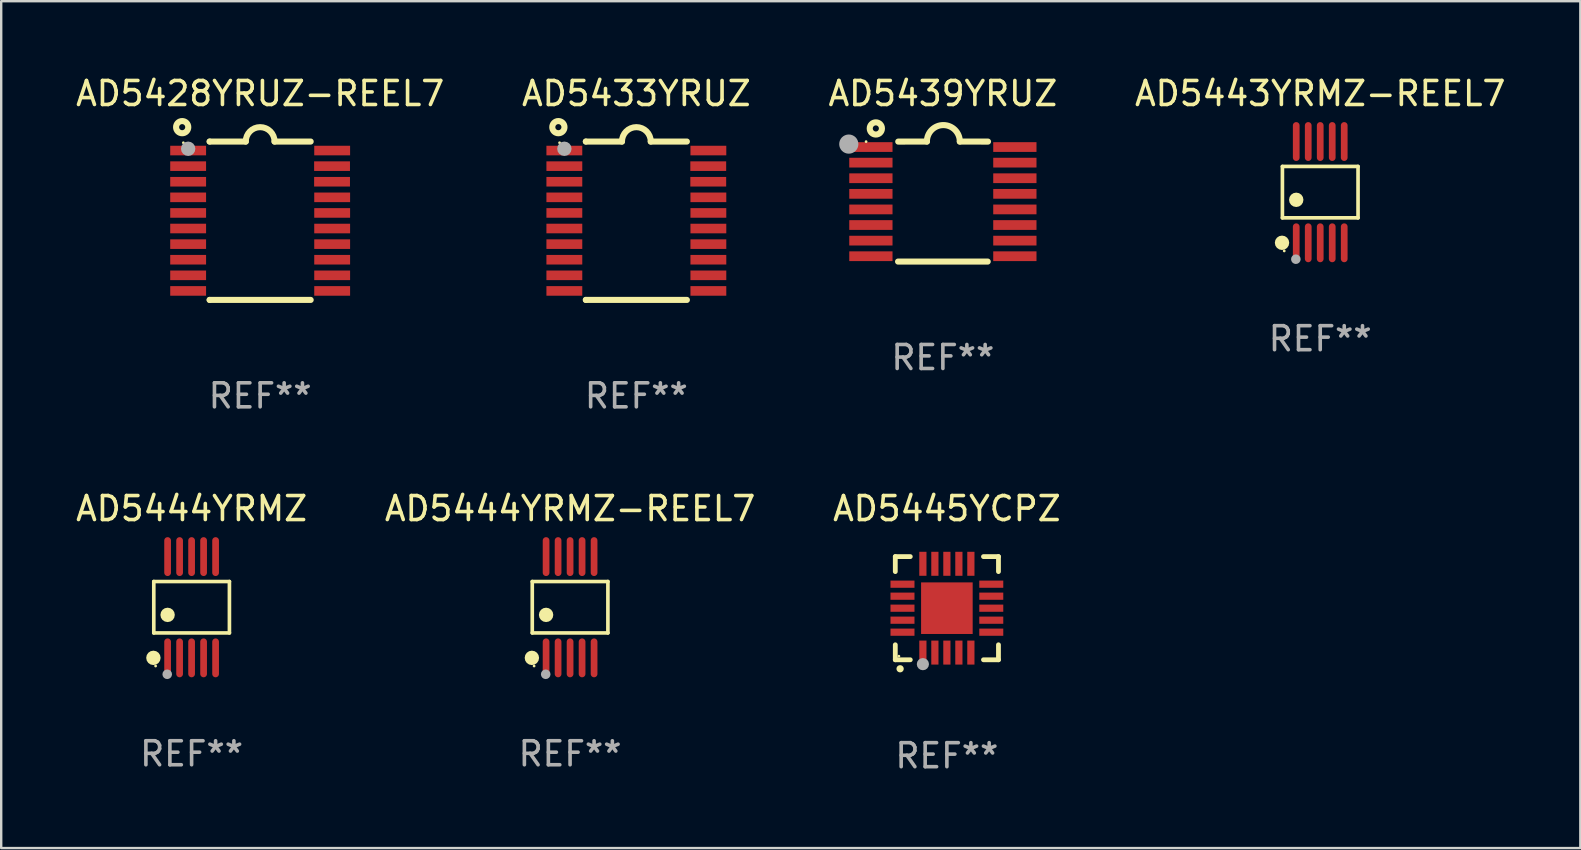
<source format=kicad_pcb>
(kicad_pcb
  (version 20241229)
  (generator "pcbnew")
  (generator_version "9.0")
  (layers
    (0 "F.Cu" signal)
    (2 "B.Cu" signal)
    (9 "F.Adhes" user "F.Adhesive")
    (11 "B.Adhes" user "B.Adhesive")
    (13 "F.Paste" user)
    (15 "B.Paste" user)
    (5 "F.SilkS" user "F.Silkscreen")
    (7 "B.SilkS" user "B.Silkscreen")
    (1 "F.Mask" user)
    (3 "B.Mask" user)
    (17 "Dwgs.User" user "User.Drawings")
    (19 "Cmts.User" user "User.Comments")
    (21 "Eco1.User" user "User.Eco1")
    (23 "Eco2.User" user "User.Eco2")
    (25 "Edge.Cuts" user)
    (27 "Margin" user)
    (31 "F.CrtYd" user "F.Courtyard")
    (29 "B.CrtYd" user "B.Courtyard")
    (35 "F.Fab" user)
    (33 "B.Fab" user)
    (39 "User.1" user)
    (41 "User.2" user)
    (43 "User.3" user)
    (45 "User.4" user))
  (footprint "AD5445YCPZ"
    (layer "F.Cu")
    (at 36.411 22.296)
    (property "Reference" "AD5445YCPZ" (at 0 -4.15 0) (layer "F.SilkS") (effects (font (size 1 1) (thickness 0.15))))
    (attr through_hole)
    (fp_line (start -2.15 -2.15) (end -2.15 -1.525) (stroke (width 0.2) (type solid)) (layer "F.SilkS"))
    (fp_line (start -2.15 2.15) (end -2.15 1.525) (stroke (width 0.2) (type solid)) (layer "F.SilkS"))
    (fp_line (start -1.525 -2.15) (end -2.15 -2.15) (stroke (width 0.2) (type solid)) (layer "F.SilkS"))
    (fp_line (start -1.525 2.15) (end -2.15 2.15) (stroke (width 0.2) (type solid)) (layer "F.SilkS"))
    (fp_line (start 1.525 2.15) (end 2.15 2.15) (stroke (width 0.2) (type solid)) (layer "F.SilkS"))
    (fp_line (start 2.15 -2.15) (end 1.525 -2.15) (stroke (width 0.2) (type solid)) (layer "F.SilkS"))
    (fp_line (start 2.15 -1.525) (end 2.15 -2.15) (stroke (width 0.2) (type solid)) (layer "F.SilkS"))
    (fp_line (start 2.15 2.15) (end 2.15 1.525) (stroke (width 0.2) (type solid)) (layer "F.SilkS"))
    (fp_arc (start -1.950724 2.524765) (mid -1.949454 2.52476) (end -1.948184 2.524765) (stroke (width 0.3) (type solid)) (layer "F.SilkS"))
    (fp_circle (center -2 2) (end -1.97 2) (stroke (width 0.06) (type solid)) (fill no) (layer "F.SilkS"))
    (fp_circle (center -1 2.332) (end -0.873 2.332) (stroke (width 0.254) (type solid)) (fill no) (layer "F.Fab"))
    (fp_text user "REF**" (at 0 6.15 0) (layer "F.Fab") (effects (font (size 1 1) (thickness 0.15))))
    (pad "1" smd rect (at -1 1.85 180) (size 0.3 1) (layers "F.Cu" "F.Mask" "F.Paste"))
    (pad "2" smd rect (at -0.5 1.85 180) (size 0.3 1) (layers "F.Cu" "F.Mask" "F.Paste"))
    (pad "3" smd rect (at 0 1.85 180) (size 0.3 1) (layers "F.Cu" "F.Mask" "F.Paste"))
    (pad "4" smd rect (at 0.5 1.85 180) (size 0.3 1) (layers "F.Cu" "F.Mask" "F.Paste"))
    (pad "5" smd rect (at 1 1.85 180) (size 0.3 1) (layers "F.Cu" "F.Mask" "F.Paste"))
    (pad "6" smd rect (at 1.85 1 90) (size 0.3 1) (layers "F.Cu" "F.Mask" "F.Paste"))
    (pad "7" smd rect (at 1.85 0.5 90) (size 0.3 1) (layers "F.Cu" "F.Mask" "F.Paste"))
    (pad "8" smd rect (at 1.85 0 90) (size 0.3 1) (layers "F.Cu" "F.Mask" "F.Paste"))
    (pad "9" smd rect (at 1.85 -0.5 90) (size 0.3 1) (layers "F.Cu" "F.Mask" "F.Paste"))
    (pad "10" smd rect (at 1.85 -1 90) (size 0.3 1) (layers "F.Cu" "F.Mask" "F.Paste"))
    (pad "11" smd rect (at 1 -1.85 180) (size 0.3 1) (layers "F.Cu" "F.Mask" "F.Paste"))
    (pad "12" smd rect (at 0.5 -1.85 180) (size 0.3 1) (layers "F.Cu" "F.Mask" "F.Paste"))
    (pad "13" smd rect (at 0 -1.85 180) (size 0.3 1) (layers "F.Cu" "F.Mask" "F.Paste"))
    (pad "14" smd rect (at -0.5 -1.85 180) (size 0.3 1) (layers "F.Cu" "F.Mask" "F.Paste"))
    (pad "15" smd rect (at -1 -1.85 180) (size 0.3 1) (layers "F.Cu" "F.Mask" "F.Paste"))
    (pad "16" smd rect (at -1.85 -1 90) (size 0.3 1) (layers "F.Cu" "F.Mask" "F.Paste"))
    (pad "17" smd rect (at -1.85 -0.5 90) (size 0.3 1) (layers "F.Cu" "F.Mask" "F.Paste"))
    (pad "18" smd rect (at -1.85 0 90) (size 0.3 1) (layers "F.Cu" "F.Mask" "F.Paste"))
    (pad "19" smd rect (at -1.85 0.5 90) (size 0.3 1) (layers "F.Cu" "F.Mask" "F.Paste"))
    (pad "20" smd rect (at -1.85 1 90) (size 0.3 1) (layers "F.Cu" "F.Mask" "F.Paste"))
    (pad "21" smd rect (at 0 0 90) (size 2.15 2.15) (layers "F.Cu" "F.Mask" "F.Paste")))
  (footprint "AD5444YRMZ"
    (layer "F.Cu")
    (at 4.935 22.256)
    (property "Reference" "AD5444YRMZ" (at 0 -4.11 0) (layer "F.SilkS") (effects (font (size 1 1) (thickness 0.15))))
    (attr through_hole)
    (fp_line (start -1.576 -1.071) (end 1.576 -1.071) (stroke (width 0.152) (type solid)) (layer "F.SilkS"))
    (fp_line (start -1.576 1.071) (end -1.576 -1.071) (stroke (width 0.152) (type solid)) (layer "F.SilkS"))
    (fp_line (start 1.576 -1.071) (end 1.576 1.071) (stroke (width 0.152) (type solid)) (layer "F.SilkS"))
    (fp_line (start 1.576 1.071) (end -1.576 1.071) (stroke (width 0.152) (type solid)) (layer "F.SilkS"))
    (fp_circle (center -1.592 2.11) (end -1.442 2.11) (stroke (width 0.3) (type solid)) (fill no) (layer "F.SilkS"))
    (fp_circle (center -1.5 2.45) (end -1.47 2.45) (stroke (width 0.06) (type solid)) (fill no) (layer "F.SilkS"))
    (fp_circle (center -1 0.319) (end -0.85 0.319) (stroke (width 0.3) (type solid)) (fill no) (layer "F.SilkS"))
    (fp_circle (center -1.016 2.794) (end -0.916 2.794) (stroke (width 0.2) (type solid)) (fill no) (layer "F.Fab"))
    (fp_text user "REF**" (at 0 6.11 0) (layer "F.Fab") (effects (font (size 1 1) (thickness 0.15))))
    (pad "1" smd oval (at -1 2.11) (size 0.28 1.62) (layers "F.Cu" "F.Mask" "F.Paste"))
    (pad "2" smd oval (at -0.5 2.11) (size 0.28 1.62) (layers "F.Cu" "F.Mask" "F.Paste"))
    (pad "3" smd oval (at 0 2.11) (size 0.28 1.62) (layers "F.Cu" "F.Mask" "F.Paste"))
    (pad "4" smd oval (at 0.5 2.11) (size 0.28 1.62) (layers "F.Cu" "F.Mask" "F.Paste"))
    (pad "5" smd oval (at 1 2.11) (size 0.28 1.62) (layers "F.Cu" "F.Mask" "F.Paste"))
    (pad "6" smd oval (at 1 -2.11) (size 0.28 1.62) (layers "F.Cu" "F.Mask" "F.Paste"))
    (pad "7" smd oval (at 0.5 -2.11) (size 0.28 1.62) (layers "F.Cu" "F.Mask" "F.Paste"))
    (pad "8" smd oval (at 0 -2.11) (size 0.28 1.62) (layers "F.Cu" "F.Mask" "F.Paste"))
    (pad "9" smd oval (at -0.5 -2.11) (size 0.28 1.62) (layers "F.Cu" "F.Mask" "F.Paste"))
    (pad "10" smd oval (at -1 -2.11) (size 0.28 1.62) (layers "F.Cu" "F.Mask" "F.Paste")))
  (footprint "AD5443YRMZ-REEL7"
    (layer "F.Cu")
    (at 51.97 4.958)
    (property "Reference" "AD5443YRMZ-REEL7" (at 0 -4.11 0) (layer "F.SilkS") (effects (font (size 1 1) (thickness 0.15))))
    (attr through_hole)
    (fp_line (start -1.576 -1.071) (end 1.576 -1.071) (stroke (width 0.152) (type solid)) (layer "F.SilkS"))
    (fp_line (start -1.576 1.071) (end -1.576 -1.071) (stroke (width 0.152) (type solid)) (layer "F.SilkS"))
    (fp_line (start 1.576 -1.071) (end 1.576 1.071) (stroke (width 0.152) (type solid)) (layer "F.SilkS"))
    (fp_line (start 1.576 1.071) (end -1.576 1.071) (stroke (width 0.152) (type solid)) (layer "F.SilkS"))
    (fp_circle (center -1.592 2.11) (end -1.442 2.11) (stroke (width 0.3) (type solid)) (fill no) (layer "F.SilkS"))
    (fp_circle (center -1.5 2.45) (end -1.47 2.45) (stroke (width 0.06) (type solid)) (fill no) (layer "F.SilkS"))
    (fp_circle (center -1 0.319) (end -0.85 0.319) (stroke (width 0.3) (type solid)) (fill no) (layer "F.SilkS"))
    (fp_circle (center -1.016 2.794) (end -0.916 2.794) (stroke (width 0.2) (type solid)) (fill no) (layer "F.Fab"))
    (fp_text user "REF**" (at 0 6.11 0) (layer "F.Fab") (effects (font (size 1 1) (thickness 0.15))))
    (pad "1" smd oval (at -1 2.11) (size 0.28 1.62) (layers "F.Cu" "F.Mask" "F.Paste"))
    (pad "2" smd oval (at -0.5 2.11) (size 0.28 1.62) (layers "F.Cu" "F.Mask" "F.Paste"))
    (pad "3" smd oval (at 0 2.11) (size 0.28 1.62) (layers "F.Cu" "F.Mask" "F.Paste"))
    (pad "4" smd oval (at 0.5 2.11) (size 0.28 1.62) (layers "F.Cu" "F.Mask" "F.Paste"))
    (pad "5" smd oval (at 1 2.11) (size 0.28 1.62) (layers "F.Cu" "F.Mask" "F.Paste"))
    (pad "6" smd oval (at 1 -2.11) (size 0.28 1.62) (layers "F.Cu" "F.Mask" "F.Paste"))
    (pad "7" smd oval (at 0.5 -2.11) (size 0.28 1.62) (layers "F.Cu" "F.Mask" "F.Paste"))
    (pad "8" smd oval (at 0 -2.11) (size 0.28 1.62) (layers "F.Cu" "F.Mask" "F.Paste"))
    (pad "9" smd oval (at -0.5 -2.11) (size 0.28 1.62) (layers "F.Cu" "F.Mask" "F.Paste"))
    (pad "10" smd oval (at -1 -2.11) (size 0.28 1.62) (layers "F.Cu" "F.Mask" "F.Paste")))
  (footprint "AD5439YRUZ"
    (layer "F.Cu")
    (at 36.244 5.35)
    (property "Reference" "AD5439YRUZ" (at 0 -4.501 0) (layer "F.SilkS") (effects (font (size 1 1) (thickness 0.15))))
    (attr through_hole)
    (fp_line (start -1.868 2.501) (end 1.868 2.501) (stroke (width 0.254) (type solid)) (layer "F.SilkS"))
    (fp_line (start -1.86 -2.499) (end -0.666 -2.501) (stroke (width 0.254) (type solid)) (layer "F.SilkS"))
    (fp_line (start 0.706 -2.501) (end 1.88 -2.499) (stroke (width 0.254) (type solid)) (layer "F.SilkS"))
    (fp_arc (start -0.665914 -2.501448) (mid 0.019888 -3.18725) (end 0.70569 -2.501448) (stroke (width 0.254001) (type solid)) (layer "F.SilkS"))
    (fp_circle (center -3.2 -2.497) (end -3.17 -2.497) (stroke (width 0.06) (type solid)) (fill no) (layer "F.SilkS"))
    (fp_circle (center -2.794 -3.047) (end -2.54 -3.047) (stroke (width 0.254) (type solid)) (fill no) (layer "F.SilkS"))
    (fp_circle (center -3.921 -2.395) (end -3.721 -2.395) (stroke (width 0.4) (type solid)) (fill no) (layer "F.Fab"))
    (fp_text user "REF**" (at 0 6.501 0) (layer "F.Fab") (effects (font (size 1 1) (thickness 0.15))))
    (pad "1" smd rect (at -3 -2.272) (size 1.803 0.406) (layers "F.Cu" "F.Mask" "F.Paste"))
    (pad "2" smd rect (at -3 -1.622) (size 1.803 0.406) (layers "F.Cu" "F.Mask" "F.Paste"))
    (pad "3" smd rect (at -3 -0.972) (size 1.803 0.406) (layers "F.Cu" "F.Mask" "F.Paste"))
    (pad "4" smd rect (at -3 -0.322) (size 1.803 0.406) (layers "F.Cu" "F.Mask" "F.Paste"))
    (pad "5" smd rect (at -3 0.328) (size 1.803 0.406) (layers "F.Cu" "F.Mask" "F.Paste"))
    (pad "6" smd rect (at -3 0.978) (size 1.803 0.406) (layers "F.Cu" "F.Mask" "F.Paste"))
    (pad "7" smd rect (at -3 1.628) (size 1.803 0.406) (layers "F.Cu" "F.Mask" "F.Paste"))
    (pad "8" smd rect (at -3 2.278) (size 1.803 0.406) (layers "F.Cu" "F.Mask" "F.Paste"))
    (pad "9" smd rect (at 3 2.278) (size 1.803 0.406) (layers "F.Cu" "F.Mask" "F.Paste"))
    (pad "10" smd rect (at 3 1.628) (size 1.803 0.406) (layers "F.Cu" "F.Mask" "F.Paste"))
    (pad "11" smd rect (at 3 0.978) (size 1.803 0.406) (layers "F.Cu" "F.Mask" "F.Paste"))
    (pad "12" smd rect (at 3 0.328) (size 1.803 0.406) (layers "F.Cu" "F.Mask" "F.Paste"))
    (pad "13" smd rect (at 3 -0.322) (size 1.803 0.406) (layers "F.Cu" "F.Mask" "F.Paste"))
    (pad "14" smd rect (at 3 -0.972) (size 1.803 0.406) (layers "F.Cu" "F.Mask" "F.Paste"))
    (pad "15" smd rect (at 3 -1.622) (size 1.803 0.406) (layers "F.Cu" "F.Mask" "F.Paste"))
    (pad "16" smd rect (at 3 -2.272) (size 1.803 0.406) (layers "F.Cu" "F.Mask" "F.Paste")))
  (footprint "AD5428YRUZ-REEL7"
    (layer "F.Cu")
    (at 7.792 6.149)
    (property "Reference" "AD5428YRUZ-REEL7" (at 0 -5.3 0) (layer "F.SilkS") (effects (font (size 1 1) (thickness 0.15))))
    (attr through_hole)
    (fp_line (start -2.105 -3.3) (end -2.105 -3.3) (stroke (width 0.254) (type solid)) (layer "F.SilkS"))
    (fp_line (start -2.105 -3.3) (end -0.6 -3.3) (stroke (width 0.254) (type solid)) (layer "F.SilkS"))
    (fp_line (start -2.105 3.3) (end -2.105 3.3) (stroke (width 0.254) (type solid)) (layer "F.SilkS"))
    (fp_line (start 0.6 -3.3) (end 2.105 -3.3) (stroke (width 0.254) (type solid)) (layer "F.SilkS"))
    (fp_line (start 2.105 3.3) (end -2.105 3.3) (stroke (width 0.254) (type solid)) (layer "F.SilkS"))
    (fp_arc (start -0.599924 -3.300026) (mid 0.000114 -3.897415) (end 0.600152 -3.300025) (stroke (width 0.254001) (type solid)) (layer "F.SilkS"))
    (fp_circle (center -3.25 -3.9) (end -2.996 -3.9) (stroke (width 0.254) (type solid)) (fill no) (layer "F.SilkS"))
    (fp_circle (center -3.2 -3.25) (end -3.17 -3.25) (stroke (width 0.06) (type solid)) (fill no) (layer "F.SilkS"))
    (fp_circle (center -3 -3) (end -2.85 -3) (stroke (width 0.3) (type solid)) (fill no) (layer "F.Fab"))
    (fp_text user "REF**" (at 0 7.3 0) (layer "F.Fab") (effects (font (size 1 1) (thickness 0.15))))
    (pad "1" smd rect (at -3.001 -2.925 270) (size 0.4 1.494) (layers "F.Cu" "F.Mask" "F.Paste"))
    (pad "2" smd rect (at -3.001 -2.275 270) (size 0.4 1.494) (layers "F.Cu" "F.Mask" "F.Paste"))
    (pad "3" smd rect (at -3.001 -1.625 270) (size 0.4 1.494) (layers "F.Cu" "F.Mask" "F.Paste"))
    (pad "4" smd rect (at -3.001 -0.975 270) (size 0.4 1.494) (layers "F.Cu" "F.Mask" "F.Paste"))
    (pad "5" smd rect (at -3.001 -0.325 270) (size 0.4 1.494) (layers "F.Cu" "F.Mask" "F.Paste"))
    (pad "6" smd rect (at -3.001 0.324 270) (size 0.4 1.494) (layers "F.Cu" "F.Mask" "F.Paste"))
    (pad "7" smd rect (at -3.001 0.975 270) (size 0.4 1.494) (layers "F.Cu" "F.Mask" "F.Paste"))
    (pad "8" smd rect (at -3.001 1.625 270) (size 0.4 1.494) (layers "F.Cu" "F.Mask" "F.Paste"))
    (pad "9" smd rect (at -3.001 2.275 270) (size 0.4 1.494) (layers "F.Cu" "F.Mask" "F.Paste"))
    (pad "10" smd rect (at -3.001 2.925 270) (size 0.4 1.494) (layers "F.Cu" "F.Mask" "F.Paste"))
    (pad "11" smd rect (at 3.001 2.925 270) (size 0.4 1.494) (layers "F.Cu" "F.Mask" "F.Paste"))
    (pad "12" smd rect (at 3.001 2.275 270) (size 0.4 1.494) (layers "F.Cu" "F.Mask" "F.Paste"))
    (pad "13" smd rect (at 3.001 1.625 270) (size 0.4 1.494) (layers "F.Cu" "F.Mask" "F.Paste"))
    (pad "14" smd rect (at 3.001 0.975 270) (size 0.4 1.494) (layers "F.Cu" "F.Mask" "F.Paste"))
    (pad "15" smd rect (at 3.001 0.325 270) (size 0.4 1.494) (layers "F.Cu" "F.Mask" "F.Paste"))
    (pad "16" smd rect (at 3.001 -0.325 270) (size 0.4 1.494) (layers "F.Cu" "F.Mask" "F.Paste"))
    (pad "17" smd rect (at 3.001 -0.975 270) (size 0.4 1.494) (layers "F.Cu" "F.Mask" "F.Paste"))
    (pad "18" smd rect (at 2.996 -1.625 270) (size 0.4 1.494) (layers "F.Cu" "F.Mask" "F.Paste"))
    (pad "19" smd rect (at 2.996 -2.275 270) (size 0.4 1.494) (layers "F.Cu" "F.Mask" "F.Paste"))
    (pad "20" smd rect (at 3.001 -2.925 270) (size 0.4 1.494) (layers "F.Cu" "F.Mask" "F.Paste")))
  (footprint "AD5444YRMZ-REEL7"
    (layer "F.Cu")
    (at 20.708 22.256)
    (property "Reference" "AD5444YRMZ-REEL7" (at 0 -4.11 0) (layer "F.SilkS") (effects (font (size 1 1) (thickness 0.15))))
    (attr through_hole)
    (fp_line (start -1.576 -1.071) (end 1.576 -1.071) (stroke (width 0.152) (type solid)) (layer "F.SilkS"))
    (fp_line (start -1.576 1.071) (end -1.576 -1.071) (stroke (width 0.152) (type solid)) (layer "F.SilkS"))
    (fp_line (start 1.576 -1.071) (end 1.576 1.071) (stroke (width 0.152) (type solid)) (layer "F.SilkS"))
    (fp_line (start 1.576 1.071) (end -1.576 1.071) (stroke (width 0.152) (type solid)) (layer "F.SilkS"))
    (fp_circle (center -1.592 2.11) (end -1.442 2.11) (stroke (width 0.3) (type solid)) (fill no) (layer "F.SilkS"))
    (fp_circle (center -1.5 2.45) (end -1.47 2.45) (stroke (width 0.06) (type solid)) (fill no) (layer "F.SilkS"))
    (fp_circle (center -1 0.319) (end -0.85 0.319) (stroke (width 0.3) (type solid)) (fill no) (layer "F.SilkS"))
    (fp_circle (center -1.016 2.794) (end -0.916 2.794) (stroke (width 0.2) (type solid)) (fill no) (layer "F.Fab"))
    (fp_text user "REF**" (at 0 6.11 0) (layer "F.Fab") (effects (font (size 1 1) (thickness 0.15))))
    (pad "1" smd oval (at -1 2.11) (size 0.28 1.62) (layers "F.Cu" "F.Mask" "F.Paste"))
    (pad "2" smd oval (at -0.5 2.11) (size 0.28 1.62) (layers "F.Cu" "F.Mask" "F.Paste"))
    (pad "3" smd oval (at 0 2.11) (size 0.28 1.62) (layers "F.Cu" "F.Mask" "F.Paste"))
    (pad "4" smd oval (at 0.5 2.11) (size 0.28 1.62) (layers "F.Cu" "F.Mask" "F.Paste"))
    (pad "5" smd oval (at 1 2.11) (size 0.28 1.62) (layers "F.Cu" "F.Mask" "F.Paste"))
    (pad "6" smd oval (at 1 -2.11) (size 0.28 1.62) (layers "F.Cu" "F.Mask" "F.Paste"))
    (pad "7" smd oval (at 0.5 -2.11) (size 0.28 1.62) (layers "F.Cu" "F.Mask" "F.Paste"))
    (pad "8" smd oval (at 0 -2.11) (size 0.28 1.62) (layers "F.Cu" "F.Mask" "F.Paste"))
    (pad "9" smd oval (at -0.5 -2.11) (size 0.28 1.62) (layers "F.Cu" "F.Mask" "F.Paste"))
    (pad "10" smd oval (at -1 -2.11) (size 0.28 1.62) (layers "F.Cu" "F.Mask" "F.Paste")))
  (footprint "AD5433YRUZ"
    (layer "F.Cu")
    (at 23.47 6.149)
    (property "Reference" "AD5433YRUZ" (at 0 -5.3 0) (layer "F.SilkS") (effects (font (size 1 1) (thickness 0.15))))
    (attr through_hole)
    (fp_line (start -2.105 -3.3) (end -2.105 -3.3) (stroke (width 0.254) (type solid)) (layer "F.SilkS"))
    (fp_line (start -2.105 -3.3) (end -0.6 -3.3) (stroke (width 0.254) (type solid)) (layer "F.SilkS"))
    (fp_line (start -2.105 3.3) (end -2.105 3.3) (stroke (width 0.254) (type solid)) (layer "F.SilkS"))
    (fp_line (start 0.6 -3.3) (end 2.105 -3.3) (stroke (width 0.254) (type solid)) (layer "F.SilkS"))
    (fp_line (start 2.105 3.3) (end -2.105 3.3) (stroke (width 0.254) (type solid)) (layer "F.SilkS"))
    (fp_arc (start -0.599924 -3.300026) (mid 0.000114 -3.897415) (end 0.600152 -3.300025) (stroke (width 0.254001) (type solid)) (layer "F.SilkS"))
    (fp_circle (center -3.25 -3.9) (end -2.996 -3.9) (stroke (width 0.254) (type solid)) (fill no) (layer "F.SilkS"))
    (fp_circle (center -3.2 -3.25) (end -3.17 -3.25) (stroke (width 0.06) (type solid)) (fill no) (layer "F.SilkS"))
    (fp_circle (center -3 -3) (end -2.85 -3) (stroke (width 0.3) (type solid)) (fill no) (layer "F.Fab"))
    (fp_text user "REF**" (at 0 7.3 0) (layer "F.Fab") (effects (font (size 1 1) (thickness 0.15))))
    (pad "1" smd rect (at -3.001 -2.925 270) (size 0.4 1.494) (layers "F.Cu" "F.Mask" "F.Paste"))
    (pad "2" smd rect (at -3.001 -2.275 270) (size 0.4 1.494) (layers "F.Cu" "F.Mask" "F.Paste"))
    (pad "3" smd rect (at -3.001 -1.625 270) (size 0.4 1.494) (layers "F.Cu" "F.Mask" "F.Paste"))
    (pad "4" smd rect (at -3.001 -0.975 270) (size 0.4 1.494) (layers "F.Cu" "F.Mask" "F.Paste"))
    (pad "5" smd rect (at -3.001 -0.325 270) (size 0.4 1.494) (layers "F.Cu" "F.Mask" "F.Paste"))
    (pad "6" smd rect (at -3.001 0.324 270) (size 0.4 1.494) (layers "F.Cu" "F.Mask" "F.Paste"))
    (pad "7" smd rect (at -3.001 0.975 270) (size 0.4 1.494) (layers "F.Cu" "F.Mask" "F.Paste"))
    (pad "8" smd rect (at -3.001 1.625 270) (size 0.4 1.494) (layers "F.Cu" "F.Mask" "F.Paste"))
    (pad "9" smd rect (at -3.001 2.275 270) (size 0.4 1.494) (layers "F.Cu" "F.Mask" "F.Paste"))
    (pad "10" smd rect (at -3.001 2.925 270) (size 0.4 1.494) (layers "F.Cu" "F.Mask" "F.Paste"))
    (pad "11" smd rect (at 3.001 2.925 270) (size 0.4 1.494) (layers "F.Cu" "F.Mask" "F.Paste"))
    (pad "12" smd rect (at 3.001 2.275 270) (size 0.4 1.494) (layers "F.Cu" "F.Mask" "F.Paste"))
    (pad "13" smd rect (at 3.001 1.625 270) (size 0.4 1.494) (layers "F.Cu" "F.Mask" "F.Paste"))
    (pad "14" smd rect (at 3.001 0.975 270) (size 0.4 1.494) (layers "F.Cu" "F.Mask" "F.Paste"))
    (pad "15" smd rect (at 3.001 0.325 270) (size 0.4 1.494) (layers "F.Cu" "F.Mask" "F.Paste"))
    (pad "16" smd rect (at 3.001 -0.325 270) (size 0.4 1.494) (layers "F.Cu" "F.Mask" "F.Paste"))
    (pad "17" smd rect (at 3.001 -0.975 270) (size 0.4 1.494) (layers "F.Cu" "F.Mask" "F.Paste"))
    (pad "18" smd rect (at 2.996 -1.625 270) (size 0.4 1.494) (layers "F.Cu" "F.Mask" "F.Paste"))
    (pad "19" smd rect (at 2.996 -2.275 270) (size 0.4 1.494) (layers "F.Cu" "F.Mask" "F.Paste"))
    (pad "20" smd rect (at 3.001 -2.925 270) (size 0.4 1.494) (layers "F.Cu" "F.Mask" "F.Paste")))
  (gr_rect
    (start -3 -3)
    (end 62.81 32.294)
    (stroke (width 0.1) (type default))
    (fill no)
    (layer "Edge.Cuts")))
</source>
